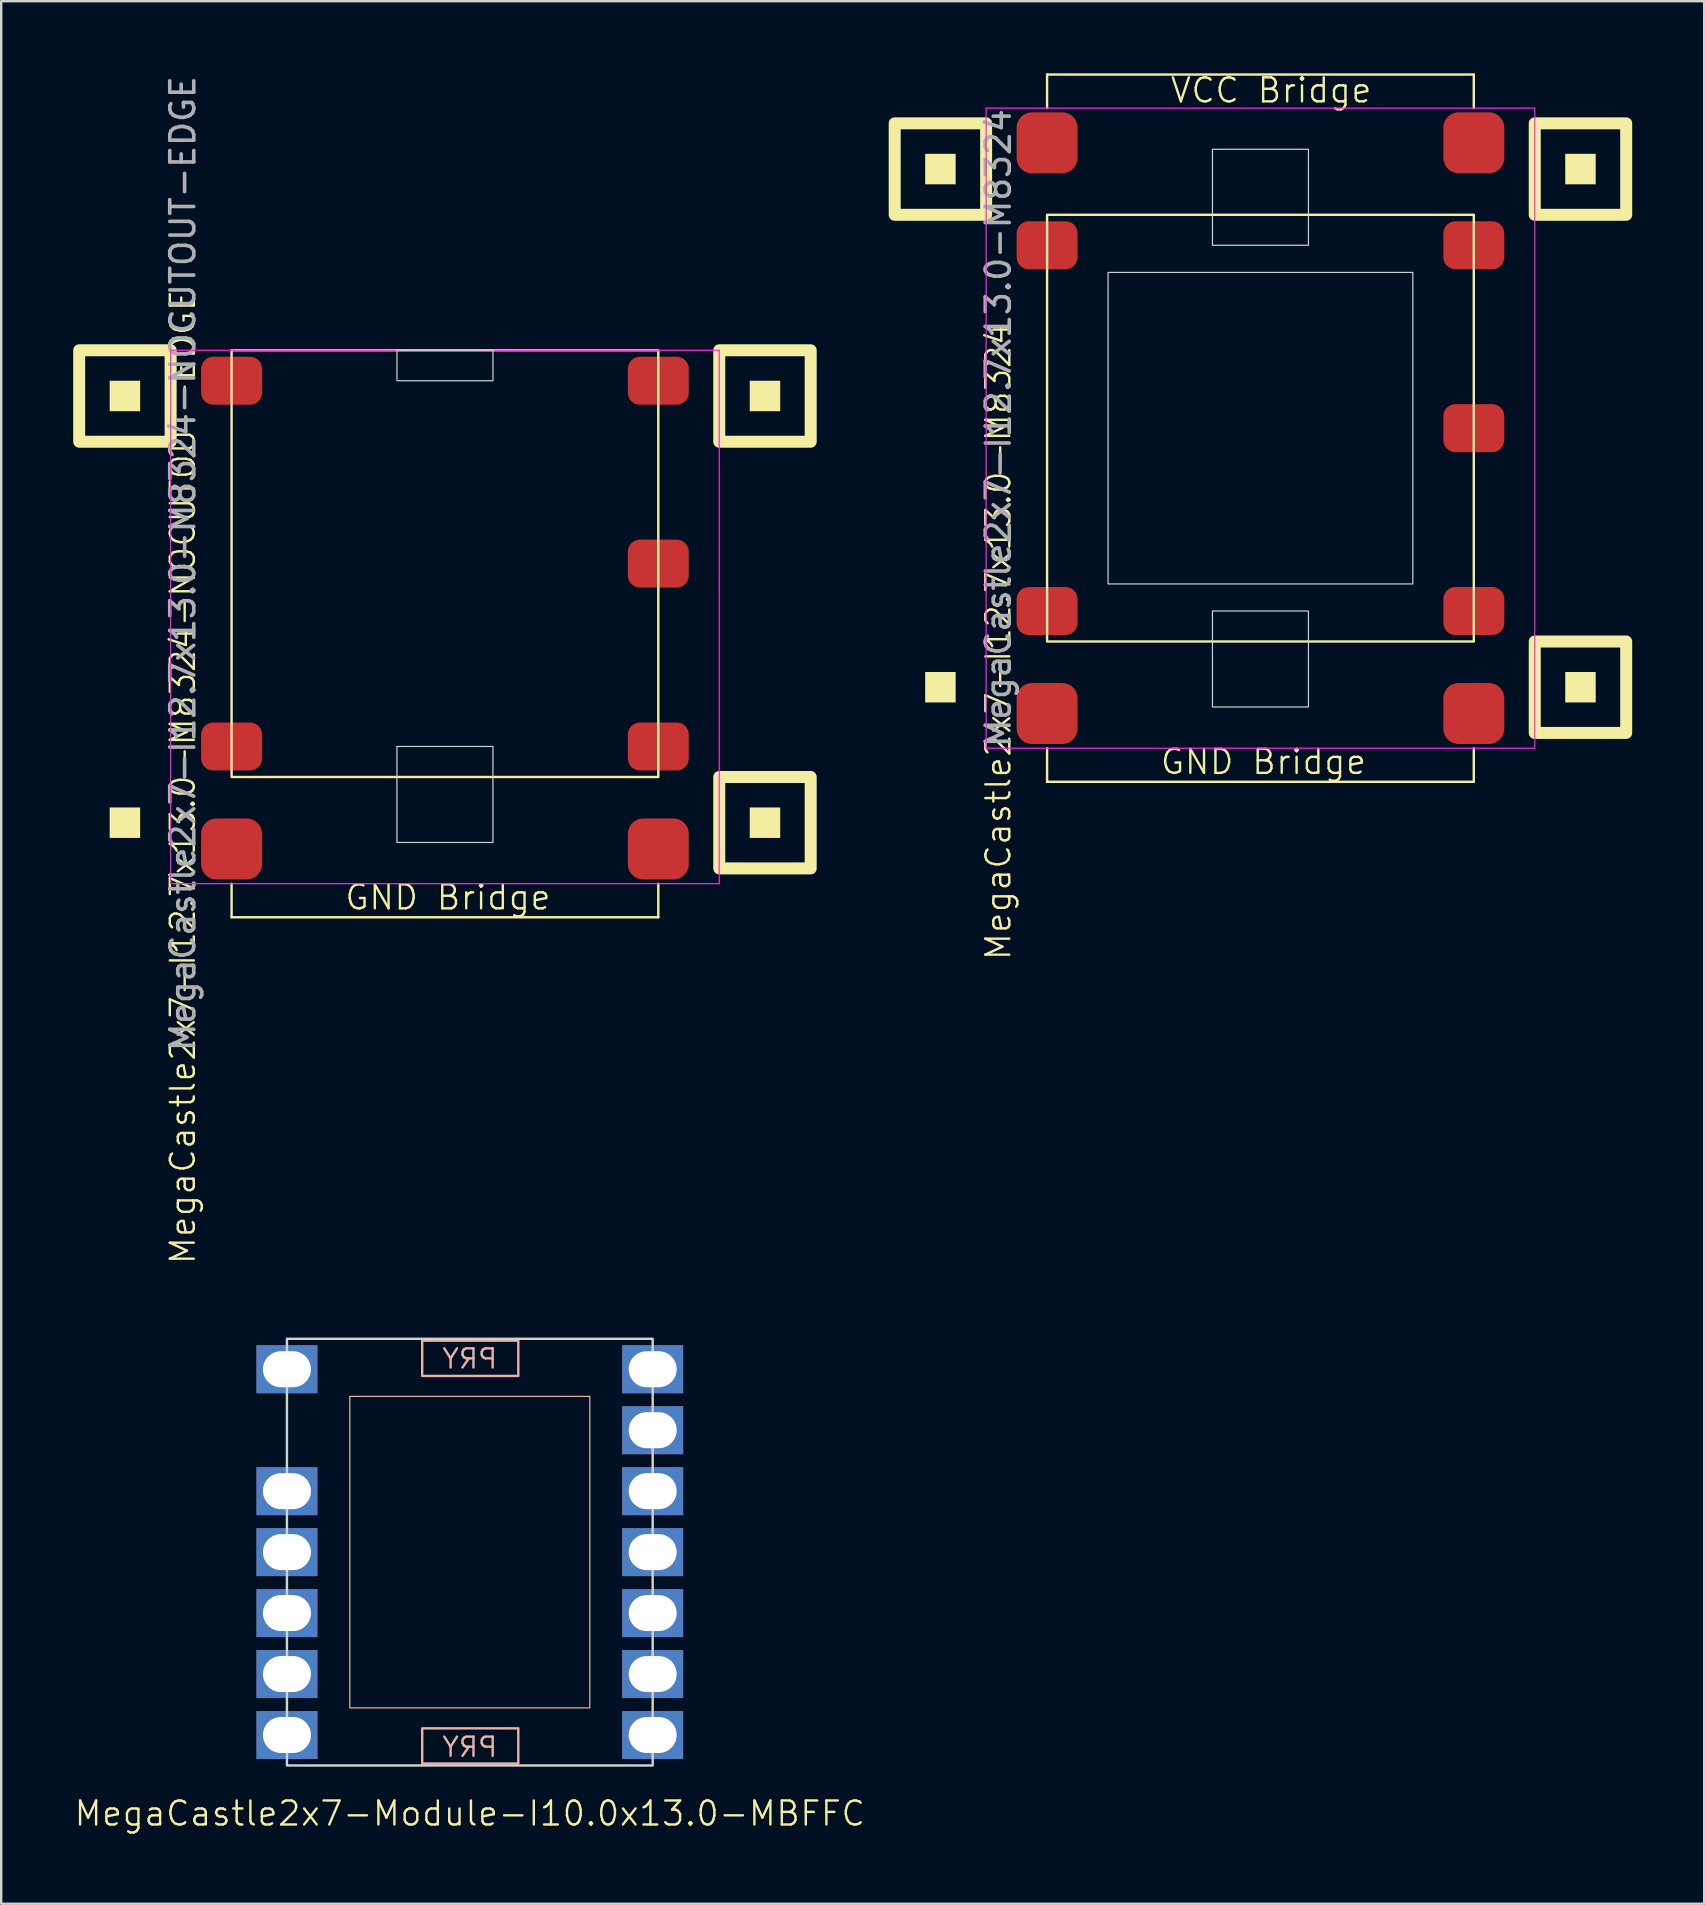
<source format=kicad_pcb>
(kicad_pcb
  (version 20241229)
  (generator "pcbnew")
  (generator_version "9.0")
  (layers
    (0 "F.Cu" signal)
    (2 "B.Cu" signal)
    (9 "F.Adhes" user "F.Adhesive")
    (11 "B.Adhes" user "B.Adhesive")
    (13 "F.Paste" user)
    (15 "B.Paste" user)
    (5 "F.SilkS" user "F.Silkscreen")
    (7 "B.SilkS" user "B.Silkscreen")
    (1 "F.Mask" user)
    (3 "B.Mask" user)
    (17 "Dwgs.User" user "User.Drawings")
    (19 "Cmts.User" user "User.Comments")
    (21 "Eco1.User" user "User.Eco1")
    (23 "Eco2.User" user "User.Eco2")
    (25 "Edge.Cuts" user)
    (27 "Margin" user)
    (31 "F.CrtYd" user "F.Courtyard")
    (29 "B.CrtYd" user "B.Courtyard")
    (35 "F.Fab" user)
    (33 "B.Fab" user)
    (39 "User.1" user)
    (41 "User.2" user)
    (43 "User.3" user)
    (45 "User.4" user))
  (footprint "MegaCastle2x7-Module-I10.0x13.0-MBFFC"
    (layer "F.Cu")
    (at 16.526 61.624)
    (property "Reference" "MegaCastle2x7-Module-I10.0x13.0-MBFFC" (at 0 10.89 0) (unlocked yes) (layer "F.SilkS") (effects (font (size 1 1) (thickness 0.1))))
    (attr smd)
    (fp_rect (start -5 6.49) (end 5 -6.49) (stroke (width 0.05) (type default)) (fill no) (layer "B.SilkS"))
    (fp_rect (start -1.984 -7.341) (end 2.02 -8.81) (stroke (width 0.1) (type default)) (fill no) (layer "B.SilkS"))
    (fp_rect (start -1.984 7.341) (end 2.02 8.81) (stroke (width 0.1) (type default)) (fill no) (layer "B.SilkS"))
    (fp_rect (start -7.62 8.89) (end 7.62 -8.89) (stroke (width 0.1) (type default)) (fill no) (layer "Edge.Cuts"))
    (fp_text user "PRY" (at 0 -7.59 0) (unlocked yes) (layer "B.SilkS") (effects (font (size 0.8 0.8) (thickness 0.1)) (justify bottom mirror)))
    (fp_text user "PRY" (at 0 8.59 0) (unlocked yes) (layer "B.SilkS") (effects (font (size 0.8 0.8) (thickness 0.1)) (justify bottom mirror)))
    (pad "1" thru_hole rect (at -7.62 -7.62) (size 2.54 2) (drill oval 2 1.5) (property pad_prop_castellated) (layers "*.Cu" "*.Mask"))
    (pad "3" thru_hole rect (at -7.62 -2.54) (size 2.54 2) (drill oval 2 1.5) (property pad_prop_castellated) (layers "*.Cu" "*.Mask"))
    (pad "4" thru_hole rect (at -7.62 0) (size 2.54 2) (drill oval 2 1.5) (property pad_prop_castellated) (layers "*.Cu" "*.Mask"))
    (pad "5" thru_hole rect (at -7.62 2.54) (size 2.54 2) (drill oval 2 1.5) (property pad_prop_castellated) (layers "*.Cu" "*.Mask"))
    (pad "6" thru_hole rect (at -7.62 5.08) (size 2.54 2) (drill oval 2 1.5) (property pad_prop_castellated) (layers "*.Cu" "*.Mask"))
    (pad "7" thru_hole rect (at -7.62 7.62) (size 2.54 2) (drill oval 2 1.5) (property pad_prop_castellated) (layers "*.Cu" "*.Mask"))
    (pad "8" thru_hole rect (at 7.62 -7.62) (size 2.54 2) (drill oval 2 1.5) (property pad_prop_castellated) (layers "*.Cu" "*.Mask"))
    (pad "9" thru_hole rect (at 7.62 -5.08) (size 2.54 2) (drill oval 2 1.5) (property pad_prop_castellated) (layers "*.Cu" "*.Mask"))
    (pad "10" thru_hole rect (at 7.62 -2.54) (size 2.54 2) (drill oval 2 1.5) (property pad_prop_castellated) (layers "*.Cu" "*.Mask"))
    (pad "11" thru_hole rect (at 7.62 0) (size 2.54 2) (drill oval 2 1.5) (property pad_prop_castellated) (layers "*.Cu" "*.Mask"))
    (pad "12" thru_hole rect (at 7.62 2.54) (size 2.54 2) (drill oval 2 1.5) (property pad_prop_castellated) (layers "*.Cu" "*.Mask"))
    (pad "13" thru_hole rect (at 7.62 5.08) (size 2.54 2) (drill oval 2 1.5) (property pad_prop_castellated) (layers "*.Cu" "*.Mask"))
    (pad "14" thru_hole rect (at 7.62 7.62) (size 2.54 2) (drill oval 2 1.5) (property pad_prop_castellated) (layers "*.Cu" "*.Mask"))
    (zone (net_name "") (layer "B.Cu") (hatch edge 0.5) (connect_pads) (min_thickness 0.25) (filled_areas_thickness no) (keepout (tracks allowed) (vias allowed) (pads allowed) (copperpour allowed) (footprints not_allowed)) (placement (enabled no)) (fill) (polygon (pts (xy 8.906 70.514) (xy 8.906 52.734) (xy 11.526 52.734) (xy 11.526 70.514))))
    (zone (net_name "") (layer "B.Cu") (hatch edge 0.5) (connect_pads) (min_thickness 0.25) (filled_areas_thickness no) (keepout (tracks allowed) (vias allowed) (pads allowed) (copperpour allowed) (footprints not_allowed)) (placement (enabled no)) (fill) (polygon (pts (xy 11.526 52.734) (xy 11.526 55.134) (xy 21.526 55.134) (xy 21.526 52.734))))
    (zone (net_name "") (layer "B.Cu") (hatch edge 0.5) (connect_pads) (min_thickness 0.25) (filled_areas_thickness no) (keepout (tracks allowed) (vias allowed) (pads allowed) (copperpour allowed) (footprints not_allowed)) (placement (enabled no)) (fill) (polygon (pts (xy 11.526 70.514) (xy 11.526 68.114) (xy 21.526 68.114) (xy 21.526 70.514))))
    (zone (net_name "") (layer "B.Cu") (name "Upper Pry Zone") (hatch edge 0.5) (connect_pads) (min_thickness 0.25) (filled_areas_thickness no) (keepout (tracks not_allowed) (vias not_allowed) (pads not_allowed) (copperpour allowed) (footprints not_allowed)) (placement (enabled no)) (fill) (polygon (pts (xy 14.542 54.283) (xy 14.542 52.814) (xy 18.546 52.814) (xy 18.546 54.283))))
    (zone (net_name "") (layer "B.Cu") (name "Upper Pry Zone") (hatch edge 0.5) (connect_pads) (min_thickness 0.25) (filled_areas_thickness no) (keepout (tracks not_allowed) (vias not_allowed) (pads not_allowed) (copperpour allowed) (footprints not_allowed)) (placement (enabled no)) (fill) (polygon (pts (xy 14.542 68.965) (xy 14.542 70.434) (xy 18.546 70.434) (xy 18.546 68.965))))
    (zone (net_name "") (layer "B.Cu") (hatch edge 0.5) (connect_pads) (min_thickness 0.25) (filled_areas_thickness no) (keepout (tracks allowed) (vias allowed) (pads allowed) (copperpour allowed) (footprints not_allowed)) (placement (enabled no)) (fill) (polygon (pts (xy 24.146 70.514) (xy 24.146 52.734) (xy 21.526 52.734) (xy 21.526 70.514)))))
  (footprint "MegaCastle2x7-I12.7x13.0-M8324-NOCUTOUT-EDGE"
    (layer "F.Cu")
    (at 15.49 20.435)
    (property "Reference" "MegaCastle2x7-I12.7x13.0-M8324-NOCUTOUT-EDGE" (at -10.922 8.89 90) (unlocked yes) (layer "F.SilkS") (effects (font (size 1 1) (thickness 0.1))))
    (attr smd)
    (fp_line (start -8.89 13.335) (end -8.89 14.735) (stroke (width 0.1) (type default)) (layer "F.SilkS"))
    (fp_line (start -8.89 14.735) (end 8.89 14.735) (stroke (width 0.1) (type default)) (layer "F.SilkS"))
    (fp_line (start 8.89 13.335) (end 8.89 14.735) (stroke (width 0.1) (type default)) (layer "F.SilkS"))
    (fp_rect (start -12.7 -6.35) (end -13.97 -7.62) (stroke (width 0) (type solid)) (fill yes) (layer "F.SilkS"))
    (fp_rect (start -12.7 11.43) (end -13.97 10.16) (stroke (width 0) (type solid)) (fill yes) (layer "F.SilkS"))
    (fp_rect (start -11.43 -5.08) (end -15.24 -8.89) (stroke (width 0.5) (type default)) (fill no) (layer "F.SilkS"))
    (fp_rect (start -8.89 -8.89) (end 8.89 8.89) (stroke (width 0.1) (type default)) (fill no) (layer "F.SilkS"))
    (fp_rect (start 13.97 -6.35) (end 12.7 -7.62) (stroke (width 0) (type solid)) (fill yes) (layer "F.SilkS"))
    (fp_rect (start 13.97 11.43) (end 12.7 10.16) (stroke (width 0) (type solid)) (fill yes) (layer "F.SilkS"))
    (fp_rect (start 15.24 -5.08) (end 11.43 -8.89) (stroke (width 0.5) (type default)) (fill no) (layer "F.SilkS"))
    (fp_rect (start 15.24 12.7) (end 11.43 8.89) (stroke (width 0.5) (type default)) (fill no) (layer "F.SilkS"))
    (fp_rect (start -2 -7.62) (end 2 -8.89) (stroke (width 0.05) (type default)) (fill no) (layer "Edge.Cuts"))
    (fp_rect (start -2 7.62) (end 2 11.62) (stroke (width 0.05) (type default)) (fill no) (layer "Edge.Cuts"))
    (fp_line (start -11.43 -8.89) (end -11.43 13.335) (stroke (width 0.05) (type default)) (layer "F.CrtYd"))
    (fp_line (start -11.43 13.335) (end 11.43 13.335) (stroke (width 0.05) (type default)) (layer "F.CrtYd"))
    (fp_line (start 11.43 -8.89) (end -11.43 -8.89) (stroke (width 0.05) (type default)) (layer "F.CrtYd"))
    (fp_line (start 11.43 -8.89) (end 11.43 13.335) (stroke (width 0.05) (type default)) (layer "F.CrtYd"))
    (fp_text user "GND Bridge" (at -4.226 14.49 0) (unlocked yes) (layer "F.SilkS") (effects (font (size 1 1) (thickness 0.1)) (justify left bottom)))
    (fp_text user "${REFERENCE}" (at -10.922 0 90) (unlocked yes) (layer "F.Fab") (effects (font (size 1 1) (thickness 0.15))))
    (pad "1" smd roundrect (at -8.89 -7.62) (size 2.54 2) (layers "F.Cu" "F.Mask" "F.Paste") (roundrect_rratio 0.25))
    (pad "7" smd roundrect (at -8.89 7.62) (size 2.54 2) (layers "F.Cu" "F.Mask" "F.Paste") (roundrect_rratio 0.25))
    (pad "8" smd roundrect (at 8.89 -7.62) (size 2.54 2) (layers "F.Cu" "F.Mask" "F.Paste") (roundrect_rratio 0.25))
    (pad "11" smd roundrect (at 8.89 0) (size 2.54 2) (layers "F.Cu" "F.Mask" "F.Paste") (roundrect_rratio 0.25))
    (pad "14" smd roundrect (at 8.89 7.62) (size 2.54 2) (layers "F.Cu" "F.Mask" "F.Paste") (roundrect_rratio 0.25))
    (pad "B1" smd roundrect (at -8.89 11.89) (size 2.54 2.54) (layers "F.Cu" "F.Mask" "F.Paste") (roundrect_rratio 0.25))
    (pad "B2" smd roundrect (at 8.89 11.89) (size 2.54 2.54) (layers "F.Cu" "F.Mask" "F.Paste") (roundrect_rratio 0.25)))
  (footprint "MegaCastle2x7-I12.7x13.0-M8324"
    (layer "F.Cu")
    (at 49.47 14.79)
    (property "Reference" "MegaCastle2x7-I12.7x13.0-M8324" (at -10.922 8.89 90) (unlocked yes) (layer "F.SilkS") (effects (font (size 1 1) (thickness 0.1))))
    (attr smd)
    (fp_line (start -8.89 -14.735) (end 8.89 -14.735) (stroke (width 0.1) (type default)) (layer "F.SilkS"))
    (fp_line (start -8.89 -13.335) (end -8.89 -14.735) (stroke (width 0.1) (type default)) (layer "F.SilkS"))
    (fp_line (start -8.89 13.335) (end -8.89 14.735) (stroke (width 0.1) (type default)) (layer "F.SilkS"))
    (fp_line (start -8.89 14.735) (end 8.89 14.735) (stroke (width 0.1) (type default)) (layer "F.SilkS"))
    (fp_line (start 8.89 -13.335) (end 8.89 -14.735) (stroke (width 0.1) (type default)) (layer "F.SilkS"))
    (fp_line (start 8.89 13.335) (end 8.89 14.735) (stroke (width 0.1) (type default)) (layer "F.SilkS"))
    (fp_rect (start -12.7 -10.16) (end -13.97 -11.43) (stroke (width 0) (type solid)) (fill yes) (layer "F.SilkS"))
    (fp_rect (start -12.7 11.43) (end -13.97 10.16) (stroke (width 0) (type solid)) (fill yes) (layer "F.SilkS"))
    (fp_rect (start -11.43 -8.89) (end -15.24 -12.7) (stroke (width 0.5) (type default)) (fill no) (layer "F.SilkS"))
    (fp_rect (start -8.89 -8.89) (end 8.89 8.89) (stroke (width 0.1) (type default)) (fill no) (layer "F.SilkS"))
    (fp_rect (start 13.97 -10.16) (end 12.7 -11.43) (stroke (width 0) (type solid)) (fill yes) (layer "F.SilkS"))
    (fp_rect (start 13.97 11.43) (end 12.7 10.16) (stroke (width 0) (type solid)) (fill yes) (layer "F.SilkS"))
    (fp_rect (start 15.24 -8.89) (end 11.43 -12.7) (stroke (width 0.5) (type default)) (fill no) (layer "F.SilkS"))
    (fp_rect (start 15.24 12.7) (end 11.43 8.89) (stroke (width 0.5) (type default)) (fill no) (layer "F.SilkS"))
    (fp_rect (start -6.35 -6.49) (end 6.35 6.49) (stroke (width 0.05) (type default)) (fill no) (layer "Edge.Cuts"))
    (fp_rect (start -2 -7.62) (end 2 -11.62) (stroke (width 0.05) (type default)) (fill no) (layer "Edge.Cuts"))
    (fp_rect (start -2 7.62) (end 2 11.62) (stroke (width 0.05) (type default)) (fill no) (layer "Edge.Cuts"))
    (fp_line (start -11.43 -13.335) (end -11.43 13.335) (stroke (width 0.05) (type default)) (layer "F.CrtYd"))
    (fp_line (start -11.43 13.335) (end 11.43 13.335) (stroke (width 0.05) (type default)) (layer "F.CrtYd"))
    (fp_line (start 11.43 -13.335) (end -11.43 -13.335) (stroke (width 0.05) (type default)) (layer "F.CrtYd"))
    (fp_line (start 11.43 -13.335) (end 11.43 13.335) (stroke (width 0.05) (type default)) (layer "F.CrtYd"))
    (fp_text user "VCC Bridge" (at -3.81 -13.49 0) (unlocked yes) (layer "F.SilkS") (effects (font (size 1 1) (thickness 0.1)) (justify left bottom)))
    (fp_text user "GND Bridge" (at -4.226 14.49 0) (unlocked yes) (layer "F.SilkS") (effects (font (size 1 1) (thickness 0.1)) (justify left bottom)))
    (fp_text user "${REFERENCE}" (at -10.922 0 90) (unlocked yes) (layer "F.Fab") (effects (font (size 1 1) (thickness 0.15))))
    (pad "1" smd roundrect (at -8.89 -7.62) (size 2.54 2) (layers "F.Cu" "F.Mask" "F.Paste") (roundrect_rratio 0.25))
    (pad "7" smd roundrect (at -8.89 7.62) (size 2.54 2) (layers "F.Cu" "F.Mask" "F.Paste") (roundrect_rratio 0.25))
    (pad "8" smd roundrect (at 8.89 -7.62) (size 2.54 2) (layers "F.Cu" "F.Mask" "F.Paste") (roundrect_rratio 0.25))
    (pad "11" smd roundrect (at 8.89 0) (size 2.54 2) (layers "F.Cu" "F.Mask" "F.Paste") (roundrect_rratio 0.25))
    (pad "14" smd roundrect (at 8.89 7.62) (size 2.54 2) (layers "F.Cu" "F.Mask" "F.Paste") (roundrect_rratio 0.25))
    (pad "A1" smd roundrect (at -8.89 -11.89) (size 2.54 2.54) (layers "F.Cu" "F.Mask" "F.Paste") (roundrect_rratio 0.25))
    (pad "A2" smd roundrect (at 8.89 -11.89) (size 2.54 2.54) (layers "F.Cu" "F.Mask" "F.Paste") (roundrect_rratio 0.25))
    (pad "B1" smd roundrect (at -8.89 11.89) (size 2.54 2.54) (layers "F.Cu" "F.Mask" "F.Paste") (roundrect_rratio 0.25))
    (pad "B2" smd roundrect (at 8.89 11.89) (size 2.54 2.54) (layers "F.Cu" "F.Mask" "F.Paste") (roundrect_rratio 0.25)))
  (gr_rect
    (start -3 -3)
    (end 67.96 76.275)
    (stroke (width 0.1) (type default))
    (fill no)
    (layer "Edge.Cuts")))
</source>
